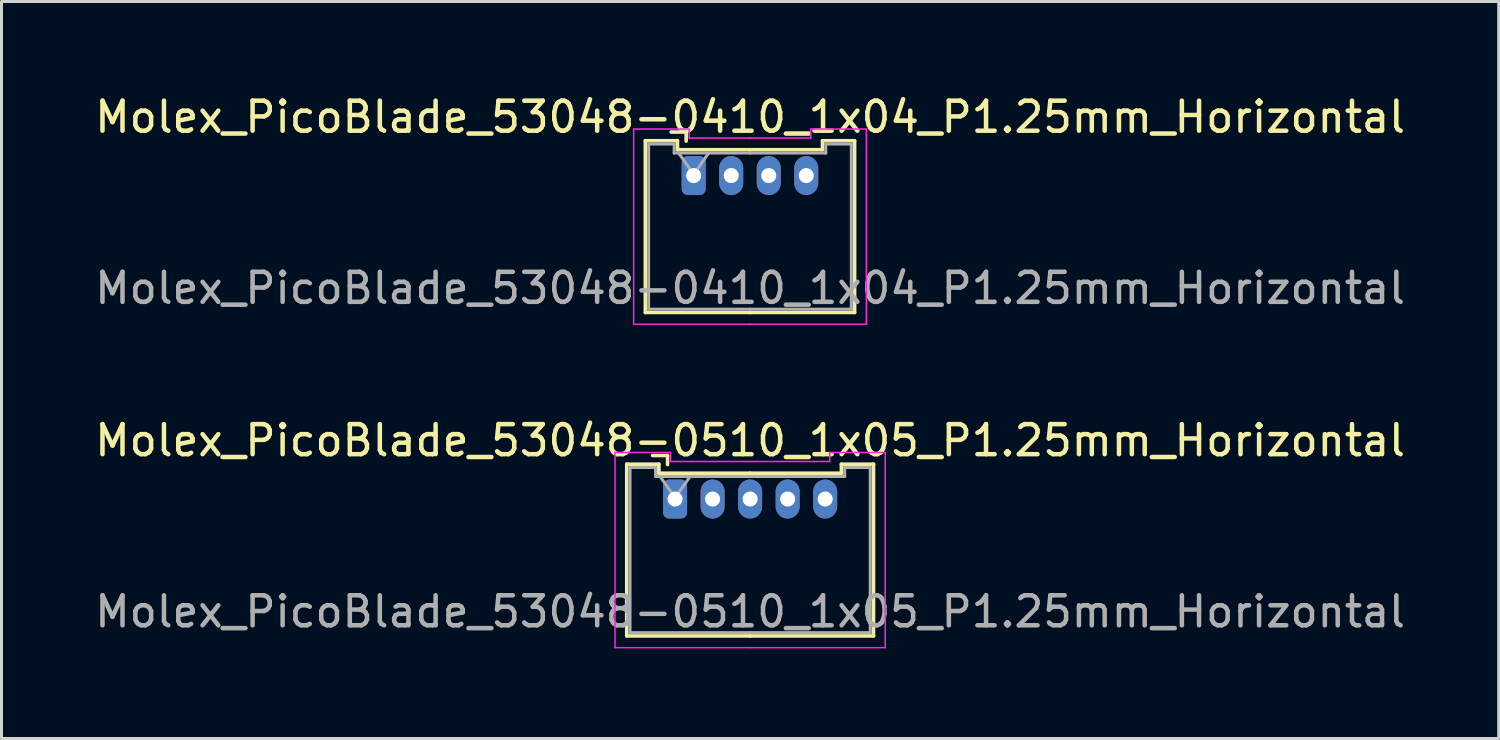
<source format=kicad_pcb>
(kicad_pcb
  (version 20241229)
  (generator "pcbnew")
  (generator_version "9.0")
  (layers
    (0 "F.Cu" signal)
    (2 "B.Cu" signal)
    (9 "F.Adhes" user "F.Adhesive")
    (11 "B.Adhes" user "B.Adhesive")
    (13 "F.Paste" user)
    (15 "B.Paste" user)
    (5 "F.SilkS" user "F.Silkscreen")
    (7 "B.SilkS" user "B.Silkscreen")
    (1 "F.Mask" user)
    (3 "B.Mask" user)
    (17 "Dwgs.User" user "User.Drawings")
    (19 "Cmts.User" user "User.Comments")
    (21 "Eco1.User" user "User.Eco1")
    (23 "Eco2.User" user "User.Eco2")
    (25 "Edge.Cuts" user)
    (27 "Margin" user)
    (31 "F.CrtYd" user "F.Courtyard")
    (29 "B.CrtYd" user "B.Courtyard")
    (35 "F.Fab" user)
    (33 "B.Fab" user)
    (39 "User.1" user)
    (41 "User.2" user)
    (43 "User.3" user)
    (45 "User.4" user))
  (footprint "Molex_PicoBlade_53048-0510_1x05_P1.25mm_Horizontal"
    (layer "F.Cu")
    (at 19.435 13.572)
    (property "Reference" "Molex_PicoBlade_53048-0510_1x05_P1.25mm_Horizontal" (at 2.5 -1.95 0) (layer "F.SilkS") (effects (font (size 1 1) (thickness 0.15))))
    (attr through_hole)
    (fp_line (start -1.61 -1.16) (end -1.61 4.56) (stroke (width 0.12) (type solid)) (layer "F.SilkS"))
    (fp_line (start -1.61 4.56) (end 2.5 4.56) (stroke (width 0.12) (type solid)) (layer "F.SilkS"))
    (fp_line (start -0.54 -1.16) (end -1.61 -1.16) (stroke (width 0.12) (type solid)) (layer "F.SilkS"))
    (fp_line (start -0.54 -0.86) (end -0.54 -1.16) (stroke (width 0.12) (type solid)) (layer "F.SilkS"))
    (fp_line (start -0.25 -1.45) (end -0.75 -1.45) (stroke (width 0.12) (type solid)) (layer "F.SilkS"))
    (fp_line (start -0.25 -1.15) (end -0.25 -1.45) (stroke (width 0.12) (type solid)) (layer "F.SilkS"))
    (fp_line (start 2.5 -0.86) (end -0.54 -0.86) (stroke (width 0.12) (type solid)) (layer "F.SilkS"))
    (fp_line (start 2.5 -0.86) (end 5.54 -0.86) (stroke (width 0.12) (type solid)) (layer "F.SilkS"))
    (fp_line (start 5.54 -1.16) (end 6.61 -1.16) (stroke (width 0.12) (type solid)) (layer "F.SilkS"))
    (fp_line (start 5.54 -0.86) (end 5.54 -1.16) (stroke (width 0.12) (type solid)) (layer "F.SilkS"))
    (fp_line (start 6.61 -1.16) (end 6.61 4.56) (stroke (width 0.12) (type solid)) (layer "F.SilkS"))
    (fp_line (start 6.61 4.56) (end 2.5 4.56) (stroke (width 0.12) (type solid)) (layer "F.SilkS"))
    (fp_line (start -2 -1.55) (end -2 4.95) (stroke (width 0.05) (type solid)) (layer "F.CrtYd"))
    (fp_line (start -2 4.95) (end 2.5 4.95) (stroke (width 0.05) (type solid)) (layer "F.CrtYd"))
    (fp_line (start -0.15 -1.55) (end -2 -1.55) (stroke (width 0.05) (type solid)) (layer "F.CrtYd"))
    (fp_line (start -0.15 -1.25) (end -0.15 -1.55) (stroke (width 0.05) (type solid)) (layer "F.CrtYd"))
    (fp_line (start 2.5 -1.25) (end -0.15 -1.25) (stroke (width 0.05) (type solid)) (layer "F.CrtYd"))
    (fp_line (start 2.5 -1.25) (end 5.15 -1.25) (stroke (width 0.05) (type solid)) (layer "F.CrtYd"))
    (fp_line (start 5.15 -1.55) (end 7 -1.55) (stroke (width 0.05) (type solid)) (layer "F.CrtYd"))
    (fp_line (start 5.15 -1.25) (end 5.15 -1.55) (stroke (width 0.05) (type solid)) (layer "F.CrtYd"))
    (fp_line (start 7 -1.55) (end 7 4.95) (stroke (width 0.05) (type solid)) (layer "F.CrtYd"))
    (fp_line (start 7 4.95) (end 2.5 4.95) (stroke (width 0.05) (type solid)) (layer "F.CrtYd"))
    (fp_line (start -1.5 -1.05) (end -1.5 4.45) (stroke (width 0.1) (type solid)) (layer "F.Fab"))
    (fp_line (start -1.5 4.45) (end 2.5 4.45) (stroke (width 0.1) (type solid)) (layer "F.Fab"))
    (fp_line (start -0.65 -1.05) (end -1.5 -1.05) (stroke (width 0.1) (type solid)) (layer "F.Fab"))
    (fp_line (start -0.65 -0.75) (end -0.65 -1.05) (stroke (width 0.1) (type solid)) (layer "F.Fab"))
    (fp_line (start -0.5 -0.75) (end 0 -0.043) (stroke (width 0.1) (type solid)) (layer "F.Fab"))
    (fp_line (start 0 -0.043) (end 0.5 -0.75) (stroke (width 0.1) (type solid)) (layer "F.Fab"))
    (fp_line (start 2.5 -0.75) (end -0.65 -0.75) (stroke (width 0.1) (type solid)) (layer "F.Fab"))
    (fp_line (start 2.5 -0.75) (end 5.65 -0.75) (stroke (width 0.1) (type solid)) (layer "F.Fab"))
    (fp_line (start 5.65 -1.05) (end 6.5 -1.05) (stroke (width 0.1) (type solid)) (layer "F.Fab"))
    (fp_line (start 5.65 -0.75) (end 5.65 -1.05) (stroke (width 0.1) (type solid)) (layer "F.Fab"))
    (fp_line (start 6.5 -1.05) (end 6.5 4.45) (stroke (width 0.1) (type solid)) (layer "F.Fab"))
    (fp_line (start 6.5 4.45) (end 2.5 4.45) (stroke (width 0.1) (type solid)) (layer "F.Fab"))
    (fp_text user "${REFERENCE}" (at 2.5 3.75 0) (layer "F.Fab") (effects (font (size 1 1) (thickness 0.15))))
    (pad "1" thru_hole roundrect (at 0 0) (size 0.8 1.3) (drill 0.5) (layers "*.Cu" "*.Mask") (roundrect_rratio 0.25))
    (pad "2" thru_hole oval (at 1.25 0) (size 0.8 1.3) (drill 0.5) (layers "*.Cu" "*.Mask"))
    (pad "3" thru_hole oval (at 2.5 0) (size 0.8 1.3) (drill 0.5) (layers "*.Cu" "*.Mask"))
    (pad "4" thru_hole oval (at 3.75 0) (size 0.8 1.3) (drill 0.5) (layers "*.Cu" "*.Mask"))
    (pad "5" thru_hole oval (at 5 0) (size 0.8 1.3) (drill 0.5) (layers "*.Cu" "*.Mask")))
  (footprint "Molex_PicoBlade_53048-0410_1x04_P1.25mm_Horizontal"
    (layer "F.Cu")
    (at 20.055 2.798)
    (property "Reference" "Molex_PicoBlade_53048-0410_1x04_P1.25mm_Horizontal" (at 1.88 -1.95 0) (layer "F.SilkS") (effects (font (size 1 1) (thickness 0.15))))
    (attr through_hole)
    (fp_line (start -1.61 -1.16) (end -1.61 4.56) (stroke (width 0.12) (type solid)) (layer "F.SilkS"))
    (fp_line (start -1.61 4.56) (end 1.875 4.56) (stroke (width 0.12) (type solid)) (layer "F.SilkS"))
    (fp_line (start -0.54 -1.16) (end -1.61 -1.16) (stroke (width 0.12) (type solid)) (layer "F.SilkS"))
    (fp_line (start -0.54 -0.86) (end -0.54 -1.16) (stroke (width 0.12) (type solid)) (layer "F.SilkS"))
    (fp_line (start -0.25 -1.45) (end -0.75 -1.45) (stroke (width 0.12) (type solid)) (layer "F.SilkS"))
    (fp_line (start -0.25 -1.15) (end -0.25 -1.45) (stroke (width 0.12) (type solid)) (layer "F.SilkS"))
    (fp_line (start 1.875 -0.86) (end -0.54 -0.86) (stroke (width 0.12) (type solid)) (layer "F.SilkS"))
    (fp_line (start 1.875 -0.86) (end 4.29 -0.86) (stroke (width 0.12) (type solid)) (layer "F.SilkS"))
    (fp_line (start 4.29 -1.16) (end 5.36 -1.16) (stroke (width 0.12) (type solid)) (layer "F.SilkS"))
    (fp_line (start 4.29 -0.86) (end 4.29 -1.16) (stroke (width 0.12) (type solid)) (layer "F.SilkS"))
    (fp_line (start 5.36 -1.16) (end 5.36 4.56) (stroke (width 0.12) (type solid)) (layer "F.SilkS"))
    (fp_line (start 5.36 4.56) (end 1.875 4.56) (stroke (width 0.12) (type solid)) (layer "F.SilkS"))
    (fp_line (start -2 -1.55) (end -2 4.95) (stroke (width 0.05) (type solid)) (layer "F.CrtYd"))
    (fp_line (start -2 4.95) (end 1.88 4.95) (stroke (width 0.05) (type solid)) (layer "F.CrtYd"))
    (fp_line (start -0.15 -1.55) (end -2 -1.55) (stroke (width 0.05) (type solid)) (layer "F.CrtYd"))
    (fp_line (start -0.15 -1.25) (end -0.15 -1.55) (stroke (width 0.05) (type solid)) (layer "F.CrtYd"))
    (fp_line (start 1.87 -1.25) (end 3.9 -1.25) (stroke (width 0.05) (type solid)) (layer "F.CrtYd"))
    (fp_line (start 1.88 -1.25) (end -0.15 -1.25) (stroke (width 0.05) (type solid)) (layer "F.CrtYd"))
    (fp_line (start 3.9 -1.55) (end 5.75 -1.55) (stroke (width 0.05) (type solid)) (layer "F.CrtYd"))
    (fp_line (start 3.9 -1.25) (end 3.9 -1.55) (stroke (width 0.05) (type solid)) (layer "F.CrtYd"))
    (fp_line (start 5.75 -1.55) (end 5.75 4.95) (stroke (width 0.05) (type solid)) (layer "F.CrtYd"))
    (fp_line (start 5.75 4.95) (end 1.87 4.95) (stroke (width 0.05) (type solid)) (layer "F.CrtYd"))
    (fp_line (start -1.5 -1.05) (end -1.5 4.45) (stroke (width 0.1) (type solid)) (layer "F.Fab"))
    (fp_line (start -1.5 4.45) (end 1.875 4.45) (stroke (width 0.1) (type solid)) (layer "F.Fab"))
    (fp_line (start -0.65 -1.05) (end -1.5 -1.05) (stroke (width 0.1) (type solid)) (layer "F.Fab"))
    (fp_line (start -0.65 -0.75) (end -0.65 -1.05) (stroke (width 0.1) (type solid)) (layer "F.Fab"))
    (fp_line (start -0.5 -0.75) (end 0 -0.043) (stroke (width 0.1) (type solid)) (layer "F.Fab"))
    (fp_line (start 0 -0.043) (end 0.5 -0.75) (stroke (width 0.1) (type solid)) (layer "F.Fab"))
    (fp_line (start 1.875 -0.75) (end -0.65 -0.75) (stroke (width 0.1) (type solid)) (layer "F.Fab"))
    (fp_line (start 1.875 -0.75) (end 4.4 -0.75) (stroke (width 0.1) (type solid)) (layer "F.Fab"))
    (fp_line (start 4.4 -1.05) (end 5.25 -1.05) (stroke (width 0.1) (type solid)) (layer "F.Fab"))
    (fp_line (start 4.4 -0.75) (end 4.4 -1.05) (stroke (width 0.1) (type solid)) (layer "F.Fab"))
    (fp_line (start 5.25 -1.05) (end 5.25 4.45) (stroke (width 0.1) (type solid)) (layer "F.Fab"))
    (fp_line (start 5.25 4.45) (end 1.875 4.45) (stroke (width 0.1) (type solid)) (layer "F.Fab"))
    (fp_text user "${REFERENCE}" (at 1.88 3.75 0) (layer "F.Fab") (effects (font (size 1 1) (thickness 0.15))))
    (pad "1" thru_hole roundrect (at 0 0) (size 0.8 1.3) (drill 0.5) (layers "*.Cu" "*.Mask") (roundrect_rratio 0.25))
    (pad "2" thru_hole oval (at 1.25 0) (size 0.8 1.3) (drill 0.5) (layers "*.Cu" "*.Mask"))
    (pad "3" thru_hole oval (at 2.5 0) (size 0.8 1.3) (drill 0.5) (layers "*.Cu" "*.Mask"))
    (pad "4" thru_hole oval (at 3.75 0) (size 0.8 1.3) (drill 0.5) (layers "*.Cu" "*.Mask")))
  (gr_rect
    (start -3 -3)
    (end 46.869 21.547)
    (stroke (width 0.1) (type default))
    (fill no)
    (layer "Edge.Cuts")))
</source>
